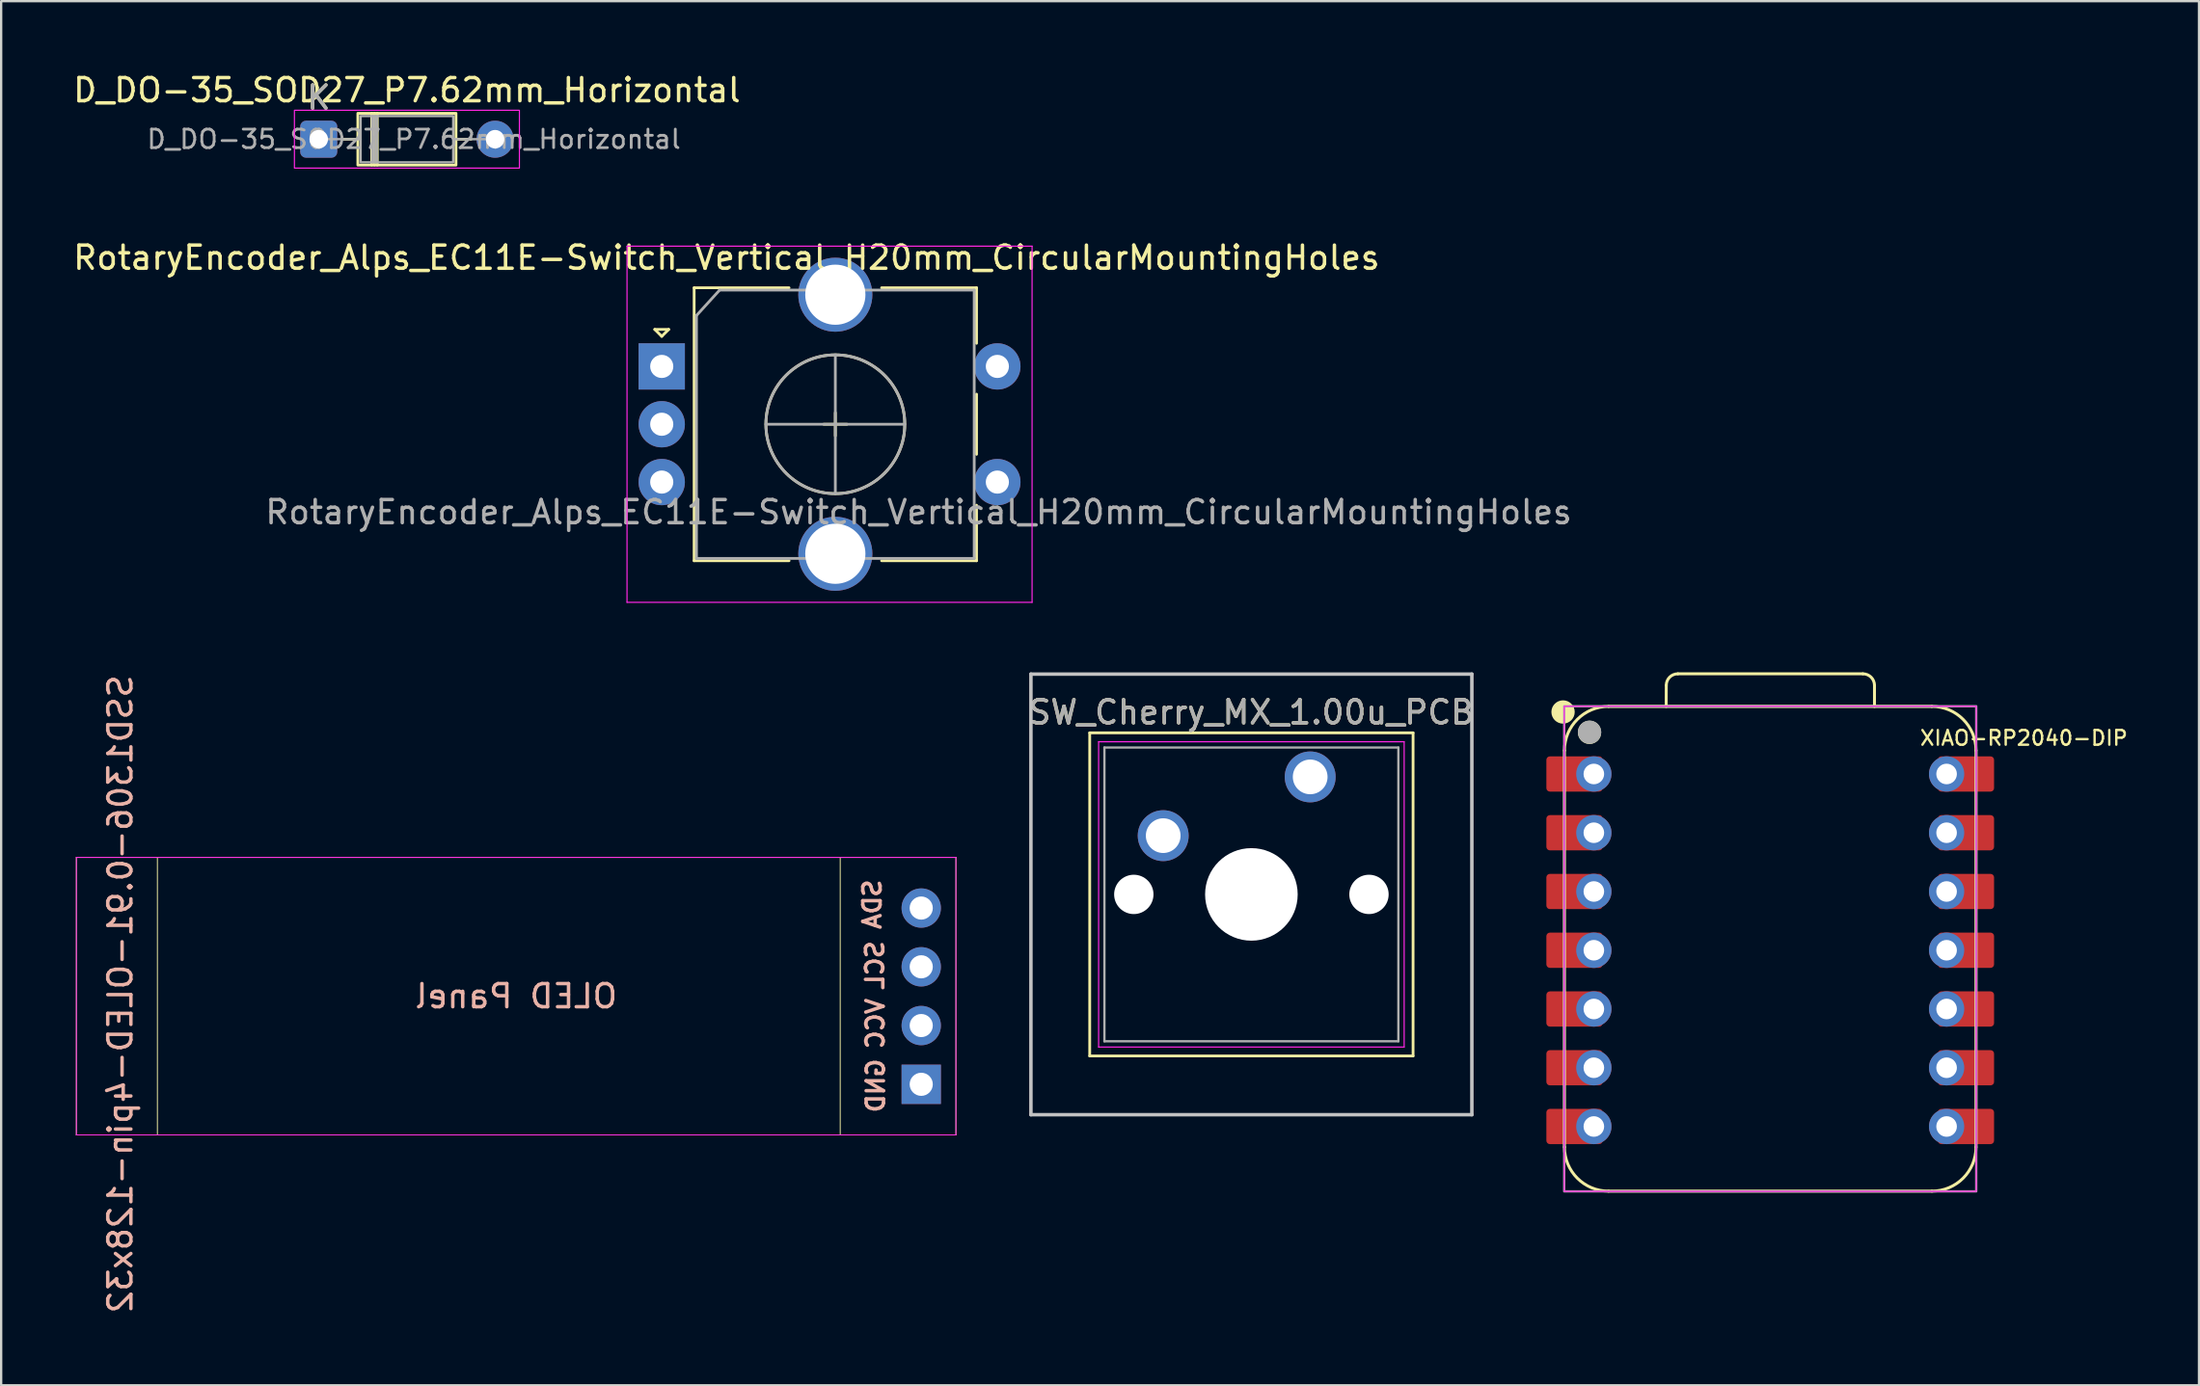
<source format=kicad_pcb>
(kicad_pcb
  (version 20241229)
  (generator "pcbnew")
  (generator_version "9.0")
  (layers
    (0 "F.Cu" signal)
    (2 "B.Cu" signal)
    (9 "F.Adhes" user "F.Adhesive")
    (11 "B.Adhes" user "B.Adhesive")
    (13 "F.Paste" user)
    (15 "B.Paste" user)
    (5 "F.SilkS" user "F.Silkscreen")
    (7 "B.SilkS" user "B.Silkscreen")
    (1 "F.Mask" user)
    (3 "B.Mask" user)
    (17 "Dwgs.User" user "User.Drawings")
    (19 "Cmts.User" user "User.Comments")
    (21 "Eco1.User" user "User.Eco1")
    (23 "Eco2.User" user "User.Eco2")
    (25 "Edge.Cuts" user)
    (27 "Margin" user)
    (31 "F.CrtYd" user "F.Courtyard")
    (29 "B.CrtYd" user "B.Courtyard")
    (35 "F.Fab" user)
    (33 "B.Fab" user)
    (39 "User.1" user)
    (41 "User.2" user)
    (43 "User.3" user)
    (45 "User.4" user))
  (footprint "SW_Cherry_MX_1.00u_PCB"
    (layer "F.Cu")
    (at 53.554 30.537)
    (property "Reference" "SW_Cherry_MX_1.00u_PCB" (at -2.54 -2.794 0) (layer "F.SilkS") (effects (font (size 1 1) (thickness 0.15))))
    (attr through_hole)
    (fp_line (start -9.525 -1.905) (end 4.445 -1.905) (stroke (width 0.12) (type solid)) (layer "F.SilkS"))
    (fp_line (start -9.525 12.065) (end -9.525 -1.905) (stroke (width 0.12) (type solid)) (layer "F.SilkS"))
    (fp_line (start 4.445 -1.905) (end 4.445 12.065) (stroke (width 0.12) (type solid)) (layer "F.SilkS"))
    (fp_line (start 4.445 12.065) (end -9.525 12.065) (stroke (width 0.12) (type solid)) (layer "F.SilkS"))
    (fp_line (start -12.065 -4.445) (end 6.985 -4.445) (stroke (width 0.15) (type solid)) (layer "Dwgs.User"))
    (fp_line (start -12.065 14.605) (end -12.065 -4.445) (stroke (width 0.15) (type solid)) (layer "Dwgs.User"))
    (fp_line (start 6.985 -4.445) (end 6.985 14.605) (stroke (width 0.15) (type solid)) (layer "Dwgs.User"))
    (fp_line (start 6.985 14.605) (end -12.065 14.605) (stroke (width 0.15) (type solid)) (layer "Dwgs.User"))
    (fp_line (start -9.14 -1.52) (end 4.06 -1.52) (stroke (width 0.05) (type solid)) (layer "F.CrtYd"))
    (fp_line (start -9.14 11.68) (end -9.14 -1.52) (stroke (width 0.05) (type solid)) (layer "F.CrtYd"))
    (fp_line (start 4.06 -1.52) (end 4.06 11.68) (stroke (width 0.05) (type solid)) (layer "F.CrtYd"))
    (fp_line (start 4.06 11.68) (end -9.14 11.68) (stroke (width 0.05) (type solid)) (layer "F.CrtYd"))
    (fp_line (start -8.89 -1.27) (end 3.81 -1.27) (stroke (width 0.1) (type solid)) (layer "F.Fab"))
    (fp_line (start -8.89 11.43) (end -8.89 -1.27) (stroke (width 0.1) (type solid)) (layer "F.Fab"))
    (fp_line (start 3.81 -1.27) (end 3.81 11.43) (stroke (width 0.1) (type solid)) (layer "F.Fab"))
    (fp_line (start 3.81 11.43) (end -8.89 11.43) (stroke (width 0.1) (type solid)) (layer "F.Fab"))
    (fp_text user "${REFERENCE}" (at -2.54 -2.794 0) (layer "F.Fab") (effects (font (size 1 1) (thickness 0.15))))
    (pad "" np_thru_hole circle (at -7.62 5.08) (size 1.7 1.7) (drill 1.7) (layers "*.Cu" "*.Mask"))
    (pad "" np_thru_hole circle (at -2.54 5.08) (size 4 4) (drill 4) (layers "*.Cu" "*.Mask"))
    (pad "" np_thru_hole circle (at 2.54 5.08) (size 1.7 1.7) (drill 1.7) (layers "*.Cu" "*.Mask"))
    (pad "1" thru_hole circle (at 0 0) (size 2.2 2.2) (drill 1.5) (layers "*.Cu" "*.Mask"))
    (pad "2" thru_hole circle (at -6.35 2.54) (size 2.2 2.2) (drill 1.5) (layers "*.Cu" "*.Mask")))
  (footprint "D_DO-35_SOD27_P7.62mm_Horizontal"
    (layer "F.Cu")
    (at 10.72 2.968)
    (property "Reference" "D_DO-35_SOD27_P7.62mm_Horizontal" (at 3.81 -2.12 0) (layer "F.SilkS") (effects (font (size 1 1) (thickness 0.15))))
    (attr through_hole)
    (fp_line (start 1.04 0) (end 1.69 0) (stroke (width 0.12) (type solid)) (layer "F.SilkS"))
    (fp_line (start 2.29 -1.12) (end 2.29 1.12) (stroke (width 0.12) (type solid)) (layer "F.SilkS"))
    (fp_line (start 2.41 -1.12) (end 2.41 1.12) (stroke (width 0.12) (type solid)) (layer "F.SilkS"))
    (fp_line (start 2.53 -1.12) (end 2.53 1.12) (stroke (width 0.12) (type solid)) (layer "F.SilkS"))
    (fp_line (start 6.58 0) (end 5.93 0) (stroke (width 0.12) (type solid)) (layer "F.SilkS"))
    (fp_rect (start 1.69 -1.12) (end 5.93 1.12) (stroke (width 0.12) (type solid)) (fill no) (layer "F.SilkS"))
    (fp_rect (start -1.05 -1.25) (end 8.67 1.25) (stroke (width 0.05) (type solid)) (fill no) (layer "F.CrtYd"))
    (fp_line (start 0 0) (end 1.81 0) (stroke (width 0.1) (type solid)) (layer "F.Fab"))
    (fp_line (start 2.31 -1) (end 2.31 1) (stroke (width 0.1) (type solid)) (layer "F.Fab"))
    (fp_line (start 2.41 -1) (end 2.41 1) (stroke (width 0.1) (type solid)) (layer "F.Fab"))
    (fp_line (start 2.51 -1) (end 2.51 1) (stroke (width 0.1) (type solid)) (layer "F.Fab"))
    (fp_line (start 7.62 0) (end 5.81 0) (stroke (width 0.1) (type solid)) (layer "F.Fab"))
    (fp_rect (start 1.81 -1) (end 5.81 1) (stroke (width 0.1) (type solid)) (fill no) (layer "F.Fab"))
    (fp_text user "K" (at 0 -1.8 0) (layer "F.SilkS") (effects (font (size 1 1) (thickness 0.15))))
    (fp_text user "K" (at 0 -1.8 0) (layer "F.Fab") (effects (font (size 1 1) (thickness 0.15))))
    (fp_text user "${REFERENCE}" (at 4.11 0 0) (layer "F.Fab") (effects (font (size 0.8 0.8) (thickness 0.12))))
    (pad "1" thru_hole roundrect (at 0 0) (size 1.6 1.6) (drill 0.8) (layers "*.Cu" "*.Mask") (roundrect_rratio 0.156))
    (pad "2" thru_hole circle (at 7.62 0) (size 1.6 1.6) (drill 0.8) (layers "*.Cu" "*.Mask")))
  (footprint "SSD1306-0.91-OLED-4pin-128x32"
    (layer "F.Cu")
    (at 0.25 34.017)
    (property "Reference" "SSD1306-0.91-OLED-4pin-128x32" (at 1.9 5.91 90) (layer "B.SilkS") (effects (font (size 1 1) (thickness 0.15)) (justify mirror)))
    (attr through_hole)
    (fp_line (start 0 0) (end 0 12) (stroke (width 0.04) (type solid)) (layer "F.SilkS"))
    (fp_line (start 0 12) (end 38 12) (stroke (width 0.04) (type solid)) (layer "F.SilkS"))
    (fp_line (start 3.5 0) (end 3.5 12) (stroke (width 0.04) (type solid)) (layer "F.SilkS"))
    (fp_line (start 33 0) (end 33 12) (stroke (width 0.04) (type solid)) (layer "F.SilkS"))
    (fp_line (start 38 0) (end 0 0) (stroke (width 0.04) (type solid)) (layer "F.SilkS"))
    (fp_line (start 38 12) (end 38 0) (stroke (width 0.04) (type solid)) (layer "F.SilkS"))
    (fp_line (start 0 0) (end 0 12) (stroke (width 0.04) (type solid)) (layer "F.CrtYd"))
    (fp_line (start 0 12) (end 38 12) (stroke (width 0.04) (type solid)) (layer "F.CrtYd"))
    (fp_line (start 38 0) (end 0 0) (stroke (width 0.04) (type solid)) (layer "F.CrtYd"))
    (fp_line (start 38 12) (end 38 0) (stroke (width 0.04) (type solid)) (layer "F.CrtYd"))
    (fp_text user "OLED Panel" (at 19 6 0) (layer "B.SilkS") (effects (font (size 1 1) (thickness 0.15)) (justify mirror)))
    (fp_text user "SDA" (at 34.384 2.033 90) (layer "B.SilkS") (effects (font (size 0.75 0.75) (thickness 0.15)) (justify mirror)))
    (fp_text user "SCL" (at 34.501 4.666 90) (layer "B.SilkS") (effects (font (size 0.75 0.75) (thickness 0.15)) (justify mirror)))
    (fp_text user "GND" (at 34.53 9.871 90) (layer "B.SilkS") (effects (font (size 0.75 0.75) (thickness 0.15)) (justify mirror)))
    (fp_text user "VCC" (at 34.515 7.187 90) (layer "B.SilkS") (effects (font (size 0.75 0.75) (thickness 0.15)) (justify mirror)))
    (pad "1" thru_hole circle (at 36.5 2.19 180) (size 1.7 1.7) (drill 1) (layers "*.Cu" "*.Mask"))
    (pad "2" thru_hole oval (at 36.5 4.73 180) (size 1.7 1.7) (drill 1) (layers "*.Cu" "*.Mask"))
    (pad "3" thru_hole oval (at 36.5 7.27 180) (size 1.7 1.7) (drill 1) (layers "*.Cu" "*.Mask"))
    (pad "4" thru_hole rect (at 36.5 9.81 180) (size 1.7 1.7) (drill 1) (layers "*.Cu" "*.Mask")))
  (footprint "RotaryEncoder_Alps_EC11E-Switch_Vertical_H20mm_CircularMountingHoles"
    (layer "F.Cu")
    (at 25.539 12.791)
    (property "Reference" "RotaryEncoder_Alps_EC11E-Switch_Vertical_H20mm_CircularMountingHoles" (at 2.8 -4.7 0) (layer "F.SilkS") (effects (font (size 1 1) (thickness 0.15))))
    (attr through_hole)
    (fp_line (start -0.3 -1.6) (end 0.3 -1.6) (stroke (width 0.12) (type solid)) (layer "F.SilkS"))
    (fp_line (start 0 -1.3) (end -0.3 -1.6) (stroke (width 0.12) (type solid)) (layer "F.SilkS"))
    (fp_line (start 0.3 -1.6) (end 0 -1.3) (stroke (width 0.12) (type solid)) (layer "F.SilkS"))
    (fp_line (start 1.4 -3.4) (end 1.4 8.4) (stroke (width 0.12) (type solid)) (layer "F.SilkS"))
    (fp_line (start 5.5 -3.4) (end 1.4 -3.4) (stroke (width 0.12) (type solid)) (layer "F.SilkS"))
    (fp_line (start 5.5 8.4) (end 1.4 8.4) (stroke (width 0.12) (type solid)) (layer "F.SilkS"))
    (fp_line (start 7 2.5) (end 8 2.5) (stroke (width 0.12) (type solid)) (layer "F.SilkS"))
    (fp_line (start 7.5 2) (end 7.5 3) (stroke (width 0.12) (type solid)) (layer "F.SilkS"))
    (fp_line (start 9.5 -3.4) (end 13.6 -3.4) (stroke (width 0.12) (type solid)) (layer "F.SilkS"))
    (fp_line (start 13.6 -3.4) (end 13.6 -1) (stroke (width 0.12) (type solid)) (layer "F.SilkS"))
    (fp_line (start 13.6 1.2) (end 13.6 3.8) (stroke (width 0.12) (type solid)) (layer "F.SilkS"))
    (fp_line (start 13.6 6) (end 13.6 8.4) (stroke (width 0.12) (type solid)) (layer "F.SilkS"))
    (fp_line (start 13.6 8.4) (end 9.5 8.4) (stroke (width 0.12) (type solid)) (layer "F.SilkS"))
    (fp_circle (center 7.5 2.5) (end 10.5 2.5) (stroke (width 0.12) (type solid)) (fill no) (layer "F.SilkS"))
    (fp_line (start -1.5 -5.2) (end -1.5 10.2) (stroke (width 0.05) (type solid)) (layer "F.CrtYd"))
    (fp_line (start -1.5 -5.2) (end 16 -5.2) (stroke (width 0.05) (type solid)) (layer "F.CrtYd"))
    (fp_line (start 16 10.2) (end -1.5 10.2) (stroke (width 0.05) (type solid)) (layer "F.CrtYd"))
    (fp_line (start 16 10.2) (end 16 -5.2) (stroke (width 0.05) (type solid)) (layer "F.CrtYd"))
    (fp_line (start 1.5 -2.2) (end 2.5 -3.3) (stroke (width 0.12) (type solid)) (layer "F.Fab"))
    (fp_line (start 1.5 8.3) (end 1.5 -2.2) (stroke (width 0.12) (type solid)) (layer "F.Fab"))
    (fp_line (start 2.5 -3.3) (end 13.5 -3.3) (stroke (width 0.12) (type solid)) (layer "F.Fab"))
    (fp_line (start 4.5 2.5) (end 10.5 2.5) (stroke (width 0.12) (type solid)) (layer "F.Fab"))
    (fp_line (start 7.5 -0.5) (end 7.5 5.5) (stroke (width 0.12) (type solid)) (layer "F.Fab"))
    (fp_line (start 13.5 -3.3) (end 13.5 8.3) (stroke (width 0.12) (type solid)) (layer "F.Fab"))
    (fp_line (start 13.5 8.3) (end 1.5 8.3) (stroke (width 0.12) (type solid)) (layer "F.Fab"))
    (fp_circle (center 7.5 2.5) (end 10.5 2.5) (stroke (width 0.12) (type solid)) (fill no) (layer "F.Fab"))
    (fp_text user "${REFERENCE}" (at 11.1 6.3 0) (layer "F.Fab") (effects (font (size 1 1) (thickness 0.15))))
    (pad "A" thru_hole rect (at 0 0) (size 2 2) (drill 1) (layers "*.Cu" "*.Mask"))
    (pad "B" thru_hole circle (at 0 5) (size 2 2) (drill 1) (layers "*.Cu" "*.Mask"))
    (pad "C" thru_hole circle (at 0 2.5) (size 2 2) (drill 1) (layers "*.Cu" "*.Mask"))
    (pad "MP" thru_hole circle (at 7.5 -3.1) (size 3.2 3.2) (drill 2.6) (layers "*.Cu" "*.Mask"))
    (pad "MP" thru_hole circle (at 7.5 8.1) (size 3.2 3.2) (drill 2.6) (layers "*.Cu" "*.Mask"))
    (pad "S1" thru_hole circle (at 14.5 5) (size 2 2) (drill 1) (layers "*.Cu" "*.Mask"))
    (pad "S2" thru_hole circle (at 14.5 0) (size 2 2) (drill 1) (layers "*.Cu" "*.Mask")))
  (footprint "XIAO-RP2040-DIP"
    (layer "F.Cu")
    (at 73.429 38.031)
    (property "Reference" "XIAO-RP2040-DIP" (at 10.96 -9.175 0) (unlocked yes) (layer "F.SilkS") (effects (font (size 0.635 0.635) (thickness 0.102))))
    (attr smd)
    (fp_line (start -8.89 8.509) (end -8.89 -8.636) (stroke (width 0.127) (type solid)) (layer "F.SilkS"))
    (fp_line (start -6.985 10.414) (end 6.985 10.414) (stroke (width 0.127) (type solid)) (layer "F.SilkS"))
    (fp_line (start -4.495 -10.541) (end -4.491 -11.451) (stroke (width 0.127) (type solid)) (layer "F.SilkS"))
    (fp_line (start -3.991 -11.951) (end 4.004 -11.951) (stroke (width 0.127) (type solid)) (layer "F.SilkS"))
    (fp_line (start 4.504 -11.451) (end 4.504 -10.541) (stroke (width 0.127) (type solid)) (layer "F.SilkS"))
    (fp_line (start 6.985 -10.541) (end -6.985 -10.541) (stroke (width 0.1) (type solid)) (layer "F.SilkS"))
    (fp_line (start 6.985 -10.541) (end -6.985 -10.541) (stroke (width 0.127) (type solid)) (layer "F.SilkS"))
    (fp_line (start 8.89 8.509) (end 8.89 -8.636) (stroke (width 0.127) (type solid)) (layer "F.SilkS"))
    (fp_arc (start -8.89 -8.636) (mid -8.332038 -9.983038) (end -6.985 -10.541) (stroke (width 0.127) (type solid)) (layer "F.SilkS"))
    (fp_arc (start -6.985 10.414) (mid -8.332038 9.856038) (end -8.89 8.509) (stroke (width 0.127) (type solid)) (layer "F.SilkS"))
    (fp_arc (start -4.491272 -11.451272) (mid -4.344728 -11.80464) (end -3.991272 -11.951) (stroke (width 0.127) (type default)) (layer "F.SilkS"))
    (fp_arc (start 4.004 -11.951) (mid 4.357553 -11.804553) (end 4.504 -11.451) (stroke (width 0.127) (type default)) (layer "F.SilkS"))
    (fp_arc (start 6.985 -10.541) (mid 8.332038 -9.983038) (end 8.89 -8.636) (stroke (width 0.127) (type solid)) (layer "F.SilkS"))
    (fp_arc (start 8.89 8.509) (mid 8.332038 9.856038) (end 6.985 10.414) (stroke (width 0.127) (type solid)) (layer "F.SilkS"))
    (fp_circle (center -8.95 -10.3) (end -8.95 -10.554) (stroke (width 0.5) (type solid)) (fill yes) (layer "F.SilkS"))
    (fp_circle (center -7.807 -9.42) (end -7.807 -9.674) (stroke (width 0.5) (type solid)) (fill yes) (layer "F.SilkS"))
    (fp_rect (start -8.9 -10.55) (end 8.9 10.425) (stroke (width 0.05) (type default)) (fill no) (layer "F.CrtYd"))
    (fp_rect (start -8.9 -10.55) (end 8.9 10.425) (stroke (width 0.1) (type default)) (fill no) (layer "F.Fab"))
    (fp_circle (center -7.804 -9.426) (end -7.804 -9.68) (stroke (width 0.5) (type solid)) (fill no) (layer "F.Fab"))
    (pad "1" smd roundrect (at -8.455 -7.62 180) (size 2.432 1.524) (layers "F.Cu" "F.Mask") (roundrect_rratio 0.1))
    (pad "1" thru_hole circle (at -7.62 -7.62 180) (size 1.524 1.524) (drill 0.889) (layers "*.Cu" "*.Mask"))
    (pad "2" smd roundrect (at -8.455 -5.08 180) (size 2.432 1.524) (layers "F.Cu" "F.Mask") (roundrect_rratio 0.1))
    (pad "2" thru_hole circle (at -7.62 -5.08 180) (size 1.524 1.524) (drill 0.889) (layers "*.Cu" "*.Mask"))
    (pad "3" smd roundrect (at -8.455 -2.54 180) (size 2.432 1.524) (layers "F.Cu" "F.Mask") (roundrect_rratio 0.1))
    (pad "3" thru_hole circle (at -7.62 -2.54 180) (size 1.524 1.524) (drill 0.889) (layers "*.Cu" "*.Mask"))
    (pad "4" smd roundrect (at -8.455 0 180) (size 2.432 1.524) (layers "F.Cu" "F.Mask") (roundrect_rratio 0.1))
    (pad "4" thru_hole circle (at -7.62 0 180) (size 1.524 1.524) (drill 0.889) (layers "*.Cu" "*.Mask"))
    (pad "5" smd roundrect (at -8.455 2.54 180) (size 2.432 1.524) (layers "F.Cu" "F.Mask") (roundrect_rratio 0.1))
    (pad "5" thru_hole circle (at -7.62 2.54 180) (size 1.524 1.524) (drill 0.889) (layers "*.Cu" "*.Mask"))
    (pad "6" smd roundrect (at -8.455 5.08 180) (size 2.432 1.524) (layers "F.Cu" "F.Mask") (roundrect_rratio 0.1))
    (pad "6" thru_hole circle (at -7.62 5.08 180) (size 1.524 1.524) (drill 0.889) (layers "*.Cu" "*.Mask"))
    (pad "7" smd roundrect (at -8.455 7.62 180) (size 2.432 1.524) (layers "F.Cu" "F.Mask") (roundrect_rratio 0.1))
    (pad "7" thru_hole circle (at -7.62 7.62 180) (size 1.524 1.524) (drill 0.889) (layers "*.Cu" "*.Mask"))
    (pad "8" thru_hole circle (at 7.62 7.62) (size 1.524 1.524) (drill 0.889) (layers "*.Cu" "*.Mask"))
    (pad "8" smd roundrect (at 8.455 7.62) (size 2.432 1.524) (layers "F.Cu" "F.Mask") (roundrect_rratio 0.1))
    (pad "9" thru_hole circle (at 7.62 5.08) (size 1.524 1.524) (drill 0.889) (layers "*.Cu" "*.Mask"))
    (pad "9" smd roundrect (at 8.455 5.08) (size 2.432 1.524) (layers "F.Cu" "F.Mask") (roundrect_rratio 0.1))
    (pad "10" thru_hole circle (at 7.62 2.54) (size 1.524 1.524) (drill 0.889) (layers "*.Cu" "*.Mask"))
    (pad "10" smd roundrect (at 8.455 2.54) (size 2.432 1.524) (layers "F.Cu" "F.Mask") (roundrect_rratio 0.1))
    (pad "11" thru_hole circle (at 7.62 0) (size 1.524 1.524) (drill 0.889) (layers "*.Cu" "*.Mask"))
    (pad "11" smd roundrect (at 8.455 0) (size 2.432 1.524) (layers "F.Cu" "F.Mask") (roundrect_rratio 0.1))
    (pad "12" thru_hole circle (at 7.62 -2.54) (size 1.524 1.524) (drill 0.889) (layers "*.Cu" "*.Mask"))
    (pad "12" smd roundrect (at 8.455 -2.54) (size 2.432 1.524) (layers "F.Cu" "F.Mask") (roundrect_rratio 0.1))
    (pad "13" thru_hole circle (at 7.62 -5.08) (size 1.524 1.524) (drill 0.889) (layers "*.Cu" "*.Mask"))
    (pad "13" smd roundrect (at 8.455 -5.08) (size 2.432 1.524) (layers "F.Cu" "F.Mask") (roundrect_rratio 0.1))
    (pad "14" thru_hole circle (at 7.62 -7.62) (size 1.524 1.524) (drill 0.889) (layers "*.Cu" "*.Mask"))
    (pad "14" smd roundrect (at 8.455 -7.62) (size 2.432 1.524) (layers "F.Cu" "F.Mask") (roundrect_rratio 0.1)))
  (gr_rect
    (start -3 -3)
    (end 91.953 56.838)
    (stroke (width 0.1) (type default))
    (fill no)
    (layer "Edge.Cuts")))
</source>
